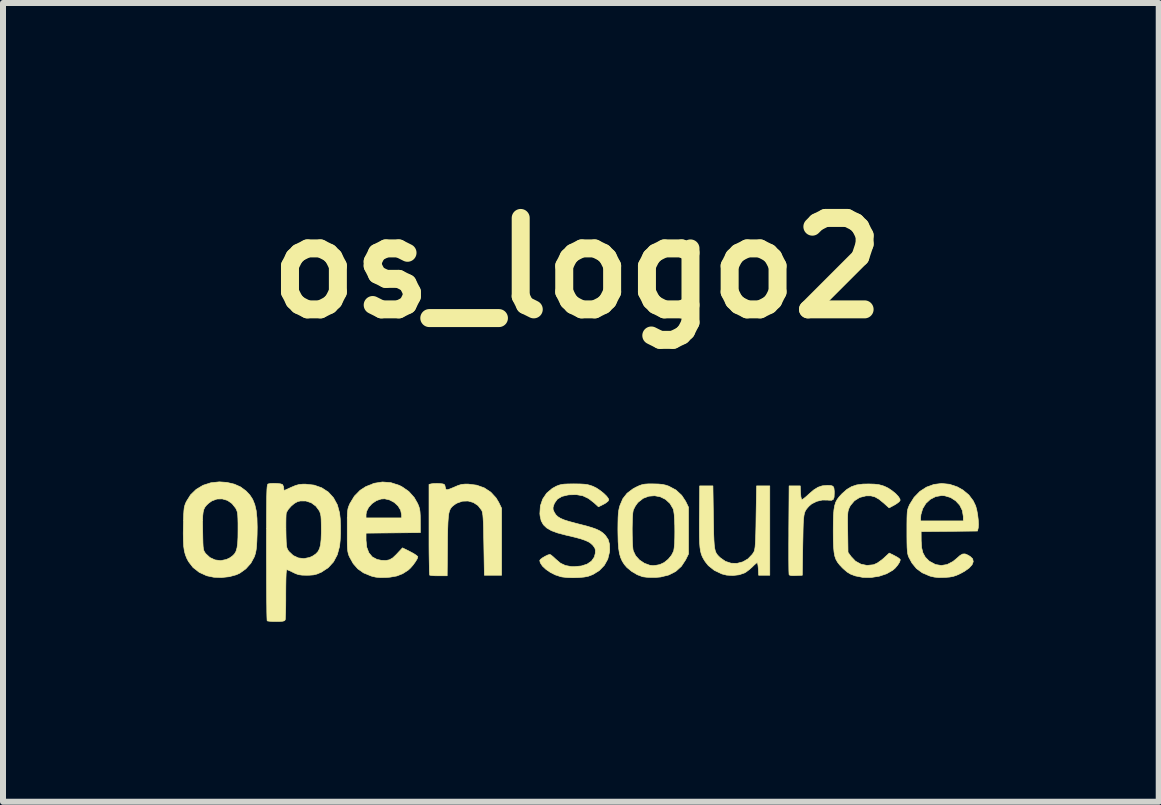
<source format=kicad_pcb>
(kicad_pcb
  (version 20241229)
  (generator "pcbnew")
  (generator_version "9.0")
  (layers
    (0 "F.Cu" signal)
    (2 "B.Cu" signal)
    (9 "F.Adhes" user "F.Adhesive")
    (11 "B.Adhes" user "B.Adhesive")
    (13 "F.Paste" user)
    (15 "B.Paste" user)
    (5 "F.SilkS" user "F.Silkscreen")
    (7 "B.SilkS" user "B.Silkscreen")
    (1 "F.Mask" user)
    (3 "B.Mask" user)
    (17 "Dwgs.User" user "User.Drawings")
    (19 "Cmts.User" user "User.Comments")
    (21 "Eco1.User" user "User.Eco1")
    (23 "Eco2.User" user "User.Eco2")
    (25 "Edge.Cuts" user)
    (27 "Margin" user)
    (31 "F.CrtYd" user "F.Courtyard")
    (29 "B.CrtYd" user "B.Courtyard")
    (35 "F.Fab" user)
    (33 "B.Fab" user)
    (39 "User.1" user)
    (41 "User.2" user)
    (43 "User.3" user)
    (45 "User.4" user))
  (footprint "os_logo2"
    (layer "F.Cu")
    (at 6.574 1.418)
    (property "Reference" "os_logo2" (at 0 0 0) (layer "F.SilkS") (effects (font (size 1.524 1.524) (thickness 0.3))))
    (attr through_hole)
    (fp_poly (pts (xy 4.228 3.626) (xy 4.262 3.638) (xy 4.278 3.667) (xy 4.284 3.719) (xy 4.284 3.756) (xy 4.281 3.821) (xy 4.267 3.858) (xy 4.239 3.872) (xy 4.19 3.871) (xy 4.178 3.869) (xy 4.084 3.868) (xy 3.99 3.89) (xy 3.907 3.932) (xy 3.867 3.966) (xy 3.84 3.995) (xy 3.818 4.022) (xy 3.801 4.05) (xy 3.788 4.083) (xy 3.779 4.126) (xy 3.772 4.183) (xy 3.767 4.258) (xy 3.764 4.355) (xy 3.762 4.478) (xy 3.759 4.614) (xy 3.751 5.122) (xy 3.645 5.127) (xy 3.579 5.128) (xy 3.541 5.121) (xy 3.53 5.11) (xy 3.529 5.089) (xy 3.527 5.038) (xy 3.526 4.96) (xy 3.525 4.859) (xy 3.525 4.738) (xy 3.525 4.602) (xy 3.526 4.453) (xy 3.526 4.36) (xy 3.531 3.632) (xy 3.717 3.632) (xy 3.722 3.747) (xy 3.727 3.81) (xy 3.736 3.85) (xy 3.746 3.861) (xy 3.766 3.85) (xy 3.803 3.821) (xy 3.85 3.779) (xy 3.863 3.767) (xy 3.942 3.699) (xy 4.013 3.655) (xy 4.084 3.631) (xy 4.166 3.624) (xy 4.172 3.624) (xy 4.228 3.626)) (stroke (width 0.01) (type solid)) (fill yes) (layer "F.SilkS"))
    (fp_poly (pts (xy 2.269 4.157) (xy 2.272 4.312) (xy 2.274 4.436) (xy 2.278 4.535) (xy 2.283 4.611) (xy 2.29 4.67) (xy 2.3 4.714) (xy 2.313 4.748) (xy 2.331 4.776) (xy 2.353 4.801) (xy 2.381 4.828) (xy 2.382 4.829) (xy 2.468 4.89) (xy 2.563 4.921) (xy 2.662 4.924) (xy 2.758 4.899) (xy 2.845 4.849) (xy 2.918 4.773) (xy 2.944 4.733) (xy 2.952 4.714) (xy 2.958 4.687) (xy 2.964 4.649) (xy 2.968 4.596) (xy 2.972 4.524) (xy 2.975 4.429) (xy 2.978 4.308) (xy 2.98 4.157) (xy 2.989 3.632) (xy 3.209 3.632) (xy 3.209 5.122) (xy 3.023 5.122) (xy 3.018 5.016) (xy 3.013 4.962) (xy 3.006 4.923) (xy 3 4.911) (xy 2.982 4.922) (xy 2.949 4.951) (xy 2.92 4.98) (xy 2.868 5.027) (xy 2.812 5.069) (xy 2.786 5.084) (xy 2.698 5.114) (xy 2.595 5.126) (xy 2.49 5.12) (xy 2.41 5.1) (xy 2.284 5.04) (xy 2.184 4.96) (xy 2.133 4.896) (xy 2.106 4.853) (xy 2.084 4.812) (xy 2.067 4.768) (xy 2.054 4.718) (xy 2.045 4.656) (xy 2.039 4.58) (xy 2.036 4.485) (xy 2.035 4.366) (xy 2.035 4.22) (xy 2.036 4.139) (xy 2.04 3.632) (xy 2.261 3.632) (xy 2.269 4.157)) (stroke (width 0.01) (type solid)) (fill yes) (layer "F.SilkS"))
    (fp_poly (pts (xy -2.302 3.593) (xy -2.248 3.598) (xy -2.22 3.606) (xy -2.208 3.623) (xy -2.204 3.641) (xy -2.195 3.678) (xy -2.186 3.696) (xy -2.166 3.696) (xy -2.124 3.683) (xy -2.068 3.66) (xy -2.056 3.655) (xy -1.987 3.625) (xy -1.93 3.608) (xy -1.87 3.602) (xy -1.82 3.602) (xy -1.678 3.62) (xy -1.551 3.665) (xy -1.442 3.737) (xy -1.354 3.833) (xy -1.309 3.908) (xy -1.262 4.005) (xy -1.262 5.122) (xy -1.549 5.122) (xy -1.558 4.606) (xy -1.561 4.457) (xy -1.563 4.337) (xy -1.566 4.244) (xy -1.57 4.174) (xy -1.574 4.122) (xy -1.58 4.084) (xy -1.586 4.057) (xy -1.595 4.038) (xy -1.596 4.036) (xy -1.655 3.96) (xy -1.732 3.909) (xy -1.821 3.884) (xy -1.914 3.887) (xy -2.005 3.919) (xy -2.031 3.934) (xy -2.064 3.958) (xy -2.092 3.982) (xy -2.113 4.01) (xy -2.13 4.046) (xy -2.142 4.093) (xy -2.15 4.156) (xy -2.156 4.239) (xy -2.16 4.344) (xy -2.163 4.476) (xy -2.164 4.619) (xy -2.169 5.131) (xy -2.309 5.131) (xy -2.375 5.13) (xy -2.428 5.126) (xy -2.458 5.121) (xy -2.461 5.12) (xy -2.463 5.101) (xy -2.466 5.052) (xy -2.467 4.976) (xy -2.469 4.876) (xy -2.471 4.756) (xy -2.472 4.621) (xy -2.472 4.472) (xy -2.472 4.358) (xy -2.472 3.607) (xy -2.433 3.598) (xy -2.394 3.593) (xy -2.337 3.592) (xy -2.302 3.593)) (stroke (width 0.01) (type solid)) (fill yes) (layer "F.SilkS"))
    (fp_poly (pts (xy 4.953 3.603) (xy 5.025 3.611) (xy 5.089 3.628) (xy 5.122 3.64) (xy 5.186 3.671) (xy 5.249 3.714) (xy 5.307 3.761) (xy 5.352 3.809) (xy 5.378 3.85) (xy 5.382 3.873) (xy 5.365 3.897) (xy 5.326 3.927) (xy 5.287 3.951) (xy 5.198 3.999) (xy 5.109 3.919) (xy 5.031 3.855) (xy 4.963 3.816) (xy 4.895 3.798) (xy 4.819 3.798) (xy 4.81 3.799) (xy 4.707 3.825) (xy 4.62 3.88) (xy 4.553 3.959) (xy 4.542 3.98) (xy 4.529 4.007) (xy 4.519 4.034) (xy 4.512 4.065) (xy 4.508 4.106) (xy 4.506 4.163) (xy 4.506 4.241) (xy 4.507 4.345) (xy 4.508 4.397) (xy 4.513 4.739) (xy 4.564 4.81) (xy 4.637 4.887) (xy 4.728 4.937) (xy 4.829 4.958) (xy 4.935 4.947) (xy 4.94 4.946) (xy 5.002 4.918) (xy 5.075 4.866) (xy 5.106 4.84) (xy 5.201 4.752) (xy 5.293 4.798) (xy 5.342 4.825) (xy 5.375 4.85) (xy 5.385 4.864) (xy 5.373 4.903) (xy 5.341 4.953) (xy 5.298 5.004) (xy 5.26 5.037) (xy 5.156 5.097) (xy 5.033 5.138) (xy 4.899 5.159) (xy 4.763 5.158) (xy 4.636 5.133) (xy 4.624 5.129) (xy 4.556 5.103) (xy 4.498 5.068) (xy 4.439 5.017) (xy 4.418 4.997) (xy 4.373 4.949) (xy 4.338 4.904) (xy 4.311 4.856) (xy 4.292 4.801) (xy 4.28 4.734) (xy 4.272 4.648) (xy 4.268 4.54) (xy 4.267 4.404) (xy 4.267 4.377) (xy 4.268 4.236) (xy 4.271 4.123) (xy 4.278 4.034) (xy 4.29 3.964) (xy 4.307 3.907) (xy 4.332 3.859) (xy 4.366 3.814) (xy 4.409 3.767) (xy 4.417 3.759) (xy 4.494 3.691) (xy 4.571 3.645) (xy 4.657 3.616) (xy 4.76 3.602) (xy 4.86 3.6) (xy 4.953 3.603)) (stroke (width 0.01) (type solid)) (fill yes) (layer "F.SilkS"))
    (fp_poly (pts (xy -3.108 3.578) (xy -2.969 3.623) (xy -2.925 3.645) (xy -2.81 3.724) (xy -2.718 3.827) (xy -2.661 3.927) (xy -2.642 3.973) (xy -2.629 4.015) (xy -2.622 4.064) (xy -2.618 4.128) (xy -2.617 4.216) (xy -2.616 4.411) (xy -3.522 4.42) (xy -3.522 4.539) (xy -3.51 4.655) (xy -3.475 4.747) (xy -3.418 4.816) (xy -3.339 4.858) (xy -3.267 4.873) (xy -3.191 4.876) (xy -3.131 4.864) (xy -3.077 4.833) (xy -3.019 4.778) (xy -3.003 4.761) (xy -2.914 4.665) (xy -2.786 4.729) (xy -2.728 4.76) (xy -2.684 4.789) (xy -2.66 4.81) (xy -2.659 4.814) (xy -2.669 4.848) (xy -2.698 4.896) (xy -2.737 4.95) (xy -2.78 5) (xy -2.82 5.037) (xy -2.912 5.096) (xy -3.009 5.134) (xy -3.122 5.154) (xy -3.192 5.159) (xy -3.285 5.16) (xy -3.357 5.154) (xy -3.423 5.139) (xy -3.443 5.132) (xy -3.564 5.082) (xy -3.659 5.015) (xy -3.736 4.927) (xy -3.797 4.817) (xy -3.81 4.787) (xy -3.819 4.757) (xy -3.826 4.723) (xy -3.831 4.678) (xy -3.834 4.617) (xy -3.835 4.536) (xy -3.835 4.428) (xy -3.835 4.377) (xy -3.835 4.259) (xy -3.835 4.168) (xy -3.833 4.109) (xy -3.522 4.109) (xy -3.522 4.166) (xy -2.929 4.166) (xy -2.929 4.114) (xy -2.945 4.037) (xy -2.988 3.967) (xy -3.051 3.908) (xy -3.128 3.867) (xy -3.211 3.847) (xy -3.273 3.851) (xy -3.352 3.879) (xy -3.423 3.928) (xy -3.479 3.99) (xy -3.514 4.06) (xy -3.522 4.109) (xy -3.833 4.109) (xy -3.833 4.101) (xy -3.829 4.051) (xy -3.823 4.013) (xy -3.814 3.982) (xy -3.802 3.952) (xy -3.791 3.927) (xy -3.716 3.803) (xy -3.62 3.705) (xy -3.527 3.645) (xy -3.388 3.589) (xy -3.248 3.567) (xy -3.108 3.578)) (stroke (width 0.01) (type solid)) (fill yes) (layer "F.SilkS"))
    (fp_poly (pts (xy 6.205 3.605) (xy 6.336 3.649) (xy 6.43 3.702) (xy 6.528 3.784) (xy 6.6 3.88) (xy 6.641 3.965) (xy 6.659 4.031) (xy 6.674 4.111) (xy 6.684 4.197) (xy 6.688 4.274) (xy 6.684 4.333) (xy 6.682 4.341) (xy 6.671 4.385) (xy 6.202 4.39) (xy 5.732 4.394) (xy 5.733 4.547) (xy 5.74 4.661) (xy 5.762 4.749) (xy 5.801 4.82) (xy 5.86 4.88) (xy 5.878 4.893) (xy 5.971 4.943) (xy 6.068 4.959) (xy 6.165 4.943) (xy 6.262 4.893) (xy 6.327 4.84) (xy 6.381 4.792) (xy 6.423 4.768) (xy 6.464 4.766) (xy 6.512 4.786) (xy 6.549 4.808) (xy 6.591 4.848) (xy 6.601 4.895) (xy 6.581 4.947) (xy 6.532 5.001) (xy 6.455 5.056) (xy 6.393 5.09) (xy 6.324 5.122) (xy 6.267 5.141) (xy 6.207 5.152) (xy 6.129 5.158) (xy 6.118 5.158) (xy 6.026 5.16) (xy 5.954 5.153) (xy 5.888 5.138) (xy 5.87 5.132) (xy 5.751 5.081) (xy 5.655 5.011) (xy 5.579 4.918) (xy 5.525 4.818) (xy 5.515 4.79) (xy 5.507 4.757) (xy 5.502 4.714) (xy 5.498 4.656) (xy 5.496 4.576) (xy 5.495 4.471) (xy 5.495 4.394) (xy 5.495 4.275) (xy 5.496 4.185) (xy 5.496 4.173) (xy 5.723 4.173) (xy 5.723 4.216) (xy 6.435 4.216) (xy 6.435 4.14) (xy 6.419 4.042) (xy 6.375 3.953) (xy 6.307 3.88) (xy 6.223 3.826) (xy 6.126 3.797) (xy 6.075 3.793) (xy 5.975 3.81) (xy 5.886 3.855) (xy 5.812 3.923) (xy 5.758 4.011) (xy 5.728 4.112) (xy 5.723 4.173) (xy 5.496 4.173) (xy 5.498 4.118) (xy 5.501 4.068) (xy 5.507 4.031) (xy 5.516 4) (xy 5.528 3.971) (xy 5.539 3.945) (xy 5.615 3.823) (xy 5.71 3.725) (xy 5.821 3.653) (xy 5.944 3.608) (xy 6.073 3.592) (xy 6.205 3.605)) (stroke (width 0.01) (type solid)) (fill yes) (layer "F.SilkS"))
    (fp_poly (pts (xy 1.353 3.601) (xy 1.422 3.608) (xy 1.479 3.621) (xy 1.525 3.637) (xy 1.645 3.701) (xy 1.74 3.789) (xy 1.807 3.891) (xy 1.854 3.988) (xy 1.854 4.767) (xy 1.807 4.863) (xy 1.735 4.973) (xy 1.641 5.058) (xy 1.526 5.117) (xy 1.389 5.151) (xy 1.306 5.158) (xy 1.229 5.158) (xy 1.156 5.155) (xy 1.1 5.148) (xy 1.091 5.147) (xy 1 5.113) (xy 0.907 5.058) (xy 0.827 4.992) (xy 0.785 4.943) (xy 0.749 4.887) (xy 0.722 4.826) (xy 0.702 4.756) (xy 0.689 4.671) (xy 0.681 4.565) (xy 0.678 4.433) (xy 0.677 4.367) (xy 0.677 4.346) (xy 0.915 4.346) (xy 0.916 4.448) (xy 0.918 4.544) (xy 0.922 4.627) (xy 0.928 4.689) (xy 0.933 4.714) (xy 0.972 4.796) (xy 1.036 4.867) (xy 1.118 4.922) (xy 1.208 4.955) (xy 1.262 4.961) (xy 1.312 4.956) (xy 1.371 4.945) (xy 1.38 4.942) (xy 1.448 4.91) (xy 1.516 4.855) (xy 1.571 4.788) (xy 1.606 4.719) (xy 1.607 4.716) (xy 1.615 4.665) (xy 1.622 4.589) (xy 1.625 4.498) (xy 1.626 4.397) (xy 1.625 4.294) (xy 1.621 4.197) (xy 1.616 4.113) (xy 1.607 4.049) (xy 1.599 4.017) (xy 1.545 3.925) (xy 1.471 3.857) (xy 1.384 3.814) (xy 1.289 3.796) (xy 1.192 3.804) (xy 1.099 3.839) (xy 1.017 3.903) (xy 1.004 3.917) (xy 0.967 3.969) (xy 0.938 4.026) (xy 0.932 4.042) (xy 0.925 4.087) (xy 0.92 4.158) (xy 0.917 4.247) (xy 0.915 4.346) (xy 0.677 4.346) (xy 0.678 4.251) (xy 0.68 4.162) (xy 0.684 4.094) (xy 0.691 4.04) (xy 0.701 3.992) (xy 0.711 3.959) (xy 0.759 3.846) (xy 0.83 3.755) (xy 0.927 3.682) (xy 0.978 3.654) (xy 1.033 3.628) (xy 1.079 3.612) (xy 1.125 3.603) (xy 1.183 3.599) (xy 1.261 3.599) (xy 1.353 3.601)) (stroke (width 0.01) (type solid)) (fill yes) (layer "F.SilkS"))
    (fp_poly (pts (xy -5.842 3.574) (xy -5.718 3.603) (xy -5.616 3.648) (xy -5.526 3.714) (xy -5.521 3.718) (xy -5.46 3.783) (xy -5.412 3.856) (xy -5.377 3.942) (xy -5.353 4.045) (xy -5.34 4.17) (xy -5.336 4.321) (xy -5.338 4.443) (xy -5.342 4.553) (xy -5.347 4.636) (xy -5.354 4.699) (xy -5.364 4.75) (xy -5.377 4.794) (xy -5.384 4.814) (xy -5.442 4.921) (xy -5.525 5.014) (xy -5.626 5.087) (xy -5.685 5.114) (xy -5.802 5.146) (xy -5.932 5.16) (xy -6.06 5.155) (xy -6.175 5.131) (xy -6.176 5.131) (xy -6.303 5.073) (xy -6.406 4.992) (xy -6.481 4.895) (xy -6.511 4.838) (xy -6.534 4.78) (xy -6.551 4.716) (xy -6.562 4.638) (xy -6.567 4.543) (xy -6.569 4.424) (xy -6.567 4.304) (xy -6.565 4.208) (xy -6.247 4.208) (xy -6.246 4.314) (xy -6.245 4.389) (xy -6.243 4.499) (xy -6.241 4.581) (xy -6.238 4.64) (xy -6.233 4.681) (xy -6.226 4.71) (xy -6.215 4.732) (xy -6.201 4.753) (xy -6.195 4.761) (xy -6.124 4.827) (xy -6.039 4.866) (xy -5.945 4.878) (xy -5.851 4.859) (xy -5.799 4.835) (xy -5.752 4.803) (xy -5.716 4.768) (xy -5.69 4.724) (xy -5.673 4.666) (xy -5.662 4.589) (xy -5.657 4.488) (xy -5.656 4.359) (xy -5.656 4.253) (xy -5.658 4.174) (xy -5.661 4.118) (xy -5.666 4.077) (xy -5.675 4.046) (xy -5.687 4.02) (xy -5.694 4.005) (xy -5.756 3.927) (xy -5.832 3.874) (xy -5.918 3.849) (xy -6.007 3.851) (xy -6.093 3.883) (xy -6.146 3.921) (xy -6.181 3.954) (xy -6.207 3.986) (xy -6.225 4.022) (xy -6.237 4.068) (xy -6.244 4.128) (xy -6.247 4.208) (xy -6.565 4.208) (xy -6.565 4.191) (xy -6.562 4.107) (xy -6.558 4.045) (xy -6.553 3.998) (xy -6.544 3.961) (xy -6.533 3.928) (xy -6.517 3.893) (xy -6.517 3.893) (xy -6.447 3.781) (xy -6.353 3.69) (xy -6.239 3.622) (xy -6.109 3.58) (xy -5.968 3.565) (xy -5.842 3.574)) (stroke (width 0.01) (type solid)) (fill yes) (layer "F.SilkS"))
    (fp_poly (pts (xy -0.051 3.599) (xy 0.045 3.6) (xy 0.115 3.604) (xy 0.17 3.611) (xy 0.217 3.624) (xy 0.26 3.639) (xy 0.321 3.669) (xy 0.383 3.711) (xy 0.442 3.758) (xy 0.49 3.805) (xy 0.519 3.846) (xy 0.525 3.866) (xy 0.51 3.89) (xy 0.469 3.921) (xy 0.439 3.938) (xy 0.353 3.981) (xy 0.28 3.914) (xy 0.187 3.842) (xy 0.092 3.797) (xy -0.014 3.778) (xy -0.137 3.781) (xy -0.158 3.784) (xy -0.258 3.808) (xy -0.332 3.853) (xy -0.38 3.92) (xy -0.389 3.943) (xy -0.404 3.99) (xy -0.404 4.024) (xy -0.389 4.061) (xy -0.381 4.077) (xy -0.357 4.114) (xy -0.325 4.145) (xy -0.282 4.172) (xy -0.222 4.198) (xy -0.141 4.224) (xy -0.033 4.253) (xy 0.025 4.268) (xy 0.15 4.3) (xy 0.247 4.329) (xy 0.322 4.356) (xy 0.379 4.384) (xy 0.424 4.415) (xy 0.462 4.451) (xy 0.471 4.461) (xy 0.515 4.527) (xy 0.537 4.604) (xy 0.54 4.701) (xy 0.537 4.735) (xy 0.508 4.853) (xy 0.451 4.956) (xy 0.367 5.043) (xy 0.261 5.109) (xy 0.182 5.139) (xy 0.114 5.152) (xy 0.026 5.16) (xy -0.072 5.163) (xy -0.168 5.16) (xy -0.249 5.151) (xy -0.275 5.146) (xy -0.364 5.117) (xy -0.448 5.075) (xy -0.522 5.024) (xy -0.581 4.969) (xy -0.617 4.914) (xy -0.626 4.876) (xy -0.613 4.856) (xy -0.578 4.83) (xy -0.533 4.804) (xy -0.489 4.783) (xy -0.456 4.775) (xy -0.436 4.786) (xy -0.4 4.816) (xy -0.357 4.856) (xy -0.28 4.921) (xy -0.199 4.959) (xy -0.102 4.977) (xy -0.049 4.978) (xy 0.068 4.967) (xy 0.164 4.936) (xy 0.237 4.886) (xy 0.284 4.818) (xy 0.3 4.756) (xy 0.302 4.704) (xy 0.292 4.667) (xy 0.263 4.627) (xy 0.256 4.619) (xy 0.225 4.59) (xy 0.185 4.564) (xy 0.131 4.54) (xy 0.059 4.515) (xy -0.037 4.489) (xy -0.16 4.46) (xy -0.186 4.454) (xy -0.324 4.418) (xy -0.431 4.379) (xy -0.51 4.333) (xy -0.566 4.279) (xy -0.602 4.214) (xy -0.62 4.134) (xy -0.624 4.095) (xy -0.616 3.967) (xy -0.577 3.852) (xy -0.511 3.754) (xy -0.418 3.675) (xy -0.351 3.638) (xy -0.309 3.621) (xy -0.269 3.61) (xy -0.221 3.603) (xy -0.159 3.6) (xy -0.072 3.599) (xy -0.051 3.599)) (stroke (width 0.01) (type solid)) (fill yes) (layer "F.SilkS"))
    (fp_poly (pts (xy -5.001 3.592) (xy -4.949 3.598) (xy -4.917 3.608) (xy -4.914 3.61) (xy -4.898 3.643) (xy -4.894 3.669) (xy -4.891 3.7) (xy -4.887 3.708) (xy -4.87 3.702) (xy -4.83 3.684) (xy -4.776 3.659) (xy -4.767 3.655) (xy -4.696 3.625) (xy -4.637 3.609) (xy -4.572 3.603) (xy -4.532 3.603) (xy -4.388 3.619) (xy -4.26 3.664) (xy -4.151 3.735) (xy -4.064 3.831) (xy -4 3.948) (xy -3.963 4.083) (xy -3.952 4.181) (xy -3.947 4.299) (xy -3.947 4.424) (xy -3.953 4.542) (xy -3.963 4.64) (xy -4.001 4.78) (xy -4.064 4.899) (xy -4.153 4.996) (xy -4.267 5.071) (xy -4.282 5.077) (xy -4.341 5.102) (xy -4.398 5.116) (xy -4.465 5.121) (xy -4.513 5.122) (xy -4.589 5.12) (xy -4.646 5.112) (xy -4.695 5.095) (xy -4.737 5.075) (xy -4.787 5.05) (xy -4.826 5.034) (xy -4.842 5.029) (xy -4.849 5.046) (xy -4.854 5.096) (xy -4.857 5.18) (xy -4.859 5.296) (xy -4.86 5.434) (xy -4.86 5.549) (xy -4.861 5.654) (xy -4.863 5.743) (xy -4.866 5.811) (xy -4.868 5.854) (xy -4.87 5.866) (xy -4.882 5.88) (xy -4.91 5.888) (xy -4.96 5.892) (xy -5.02 5.893) (xy -5.085 5.892) (xy -5.137 5.888) (xy -5.167 5.883) (xy -5.17 5.882) (xy -5.172 5.863) (xy -5.174 5.814) (xy -5.176 5.736) (xy -5.177 5.633) (xy -5.179 5.507) (xy -5.18 5.361) (xy -5.181 5.199) (xy -5.181 5.022) (xy -5.182 4.834) (xy -5.182 4.74) (xy -5.182 4.516) (xy -5.181 4.322) (xy -5.181 4.252) (xy -4.858 4.252) (xy -4.858 4.342) (xy -4.857 4.397) (xy -4.855 4.499) (xy -4.852 4.573) (xy -4.848 4.625) (xy -4.842 4.661) (xy -4.832 4.687) (xy -4.819 4.71) (xy -4.806 4.727) (xy -4.736 4.793) (xy -4.65 4.833) (xy -4.557 4.844) (xy -4.462 4.825) (xy -4.41 4.801) (xy -4.36 4.767) (xy -4.323 4.728) (xy -4.297 4.678) (xy -4.28 4.612) (xy -4.271 4.526) (xy -4.267 4.412) (xy -4.267 4.363) (xy -4.268 4.262) (xy -4.27 4.188) (xy -4.274 4.135) (xy -4.282 4.096) (xy -4.293 4.064) (xy -4.301 4.047) (xy -4.358 3.97) (xy -4.434 3.914) (xy -4.523 3.884) (xy -4.616 3.883) (xy -4.662 3.894) (xy -4.714 3.922) (xy -4.769 3.968) (xy -4.817 4.022) (xy -4.848 4.074) (xy -4.852 4.086) (xy -4.855 4.117) (xy -4.857 4.174) (xy -4.858 4.252) (xy -5.181 4.252) (xy -5.181 4.158) (xy -5.18 4.021) (xy -5.179 3.908) (xy -5.178 3.817) (xy -5.176 3.746) (xy -5.174 3.692) (xy -5.171 3.653) (xy -5.167 3.627) (xy -5.163 3.611) (xy -5.158 3.602) (xy -5.155 3.6) (xy -5.116 3.592) (xy -5.06 3.59) (xy -5.001 3.592)) (stroke (width 0.01) (type solid)) (fill yes) (layer "F.SilkS")))
  (gr_rect
    (start -3 -3)
    (end 16.267 10.316)
    (stroke (width 0.1) (type default))
    (fill no)
    (layer "Edge.Cuts")))
</source>
